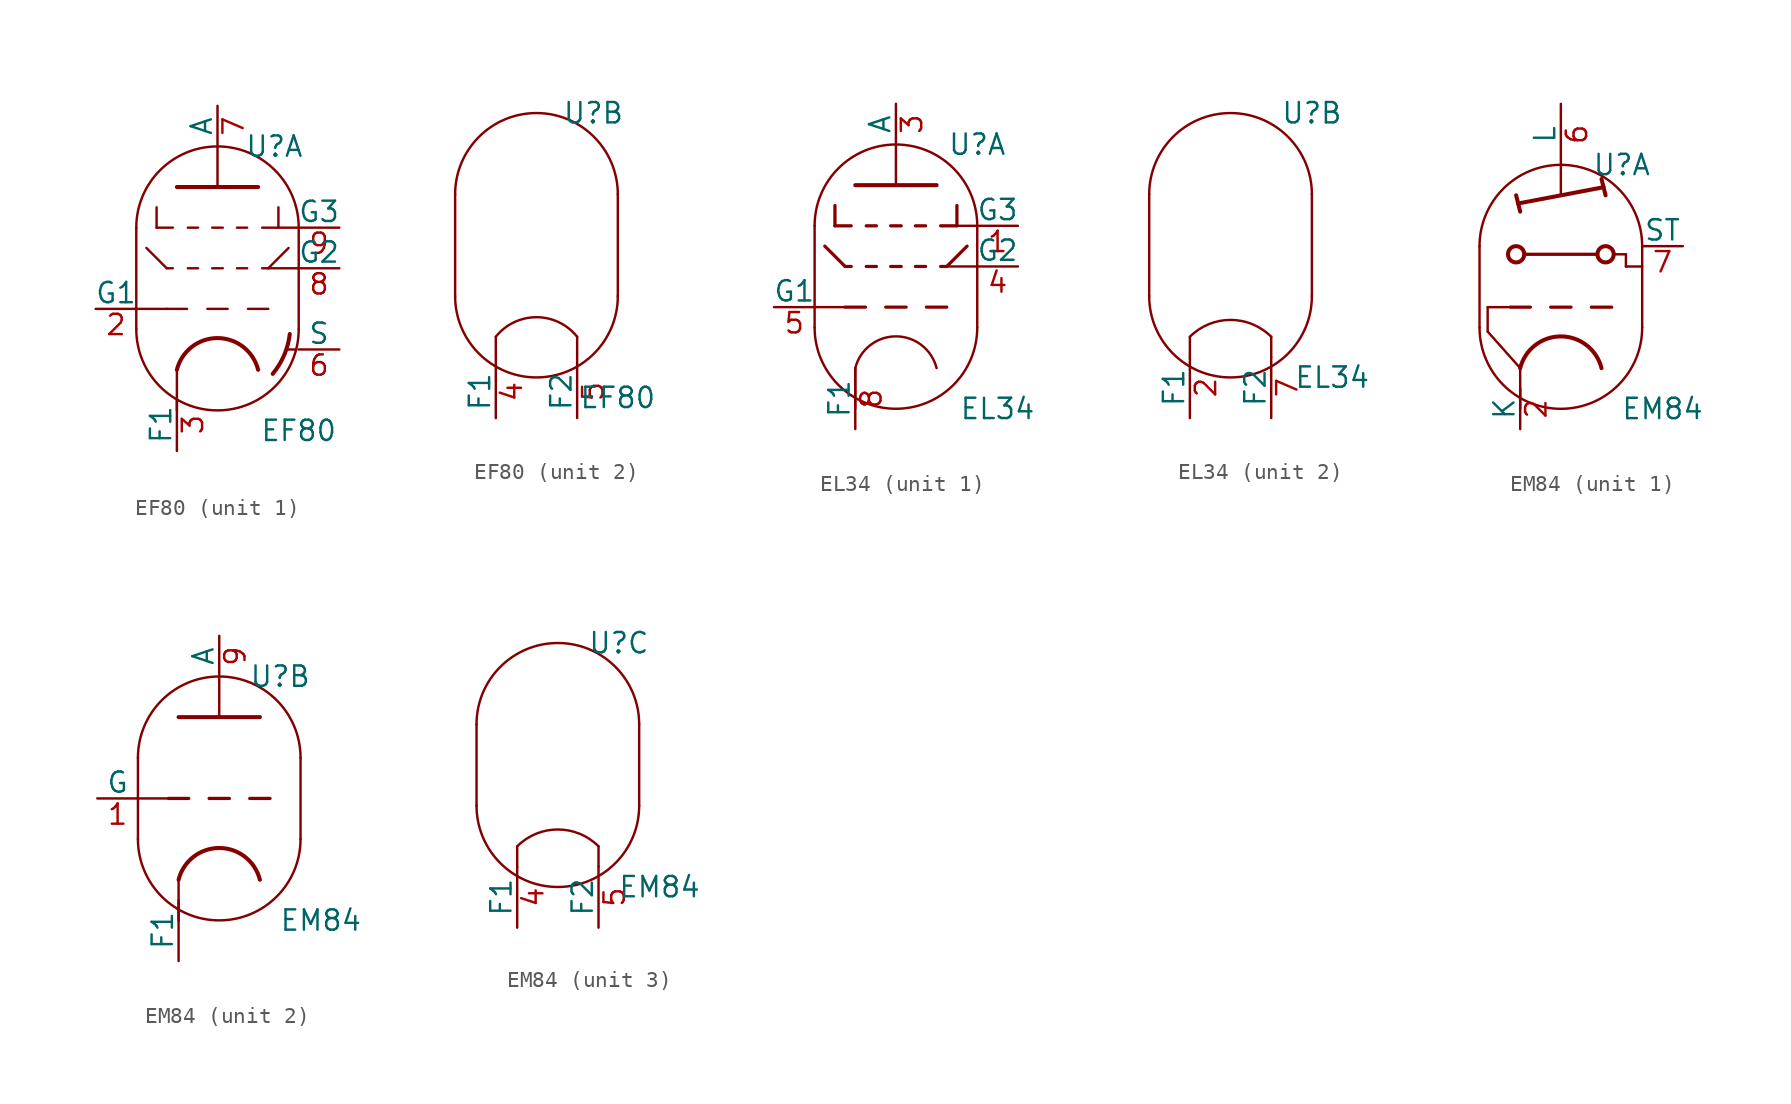
<source format=kicad_sym>
(kicad_symbol_lib
  (version 20241209)
  (generator "kicad_symbol_editor")
  (generator_version "9.0")
  (symbol "EF80"
    (pin_names
      (offset 0))
    (property "Reference" "U"
      (at 3.556 8.89 0)
      (effects (font (size 1.27 1.27))))
    (property "Value" "EF80"
      (at 5.08 -8.89 0)
      (effects (font (size 1.27 1.27))))
    (property "ki_locked" ""
      (at 0 0 0)
      (effects (font (size 1.27 1.27))))
    (symbol "EF80_0_1"
      (polyline (pts (xy -5.08 3.81) (xy -5.08 -2.54) (xy -5.08 -2.54)) (stroke (width 0) (type default)) (fill (type none)))
      (arc (start -5.08 3.81) (mid 0 8.8679) (end 5.08 3.81) (stroke (width 0) (type default)) (fill (type none)))
      (arc (start 5.08 -2.54) (mid 0 -7.5979) (end -5.08 -2.54) (stroke (width 0) (type default)) (fill (type none)))
      (polyline (pts (xy 5.08 -2.54) (xy 5.08 3.81) (xy 5.08 3.81)) (stroke (width 0) (type default)) (fill (type none))))
    (symbol "EF80_1_0"
      (polyline (pts (xy -5.08 -1.27) (xy -3.175 -1.27)) (stroke (width 0) (type default)) (fill (type none)))
      (polyline (pts (xy -2.54 -5.08) (xy -2.54 -7.62)) (stroke (width 0) (type default)) (fill (type none)))
      (polyline (pts (xy -0.635 -1.27) (xy 0.635 -1.27)) (stroke (width 0.152) (type default)) (fill (type none)))
      (polyline (pts (xy 0 6.35) (xy 0 8.89)) (stroke (width 0) (type default)) (fill (type none)))
      (polyline (pts (xy 1.905 -1.27) (xy 3.175 -1.27)) (stroke (width 0.152) (type default)) (fill (type none)))
      (polyline (pts (xy 3.175 1.27) (xy 5.08 1.27)) (stroke (width 0) (type default)) (fill (type none)))
      (polyline (pts (xy 3.886 3.81) (xy 5.08 3.81)) (stroke (width 0) (type default)) (fill (type none)))
      (polyline (pts (xy 4.318 -3.785) (xy 4.343 -3.81)) (stroke (width 0) (type default)) (fill (type none)))
      (polyline (pts (xy 4.928 -3.81) (xy 4.343 -3.81)) (stroke (width 0) (type default)) (fill (type none))))
    (symbol "EF80_1_1"
      (polyline (pts (xy -4.445 2.54) (xy -3.175 1.27)) (stroke (width 0.152) (type default)) (fill (type none)))
      (polyline (pts (xy -3.81 5.08) (xy -3.81 3.81)) (stroke (width 0.152) (type default)) (fill (type none)))
      (polyline (pts (xy -3.81 3.81) (xy -2.794 3.81)) (stroke (width 0.152) (type default)) (fill (type none)))
      (polyline (pts (xy -3.175 1.27) (xy -2.794 1.27)) (stroke (width 0.152) (type default)) (fill (type none)))
      (polyline (pts (xy -2.54 6.35) (xy 2.54 6.35) (xy 2.54 6.35)) (stroke (width 0.254) (type default)) (fill (type none)))
      (polyline (pts (xy -1.905 -1.27) (xy -3.175 -1.27)) (stroke (width 0.152) (type default)) (fill (type none)))
      (polyline (pts (xy -1.854 3.81) (xy -1.219 3.81)) (stroke (width 0.152) (type default)) (fill (type none)))
      (polyline (pts (xy -1.854 1.27) (xy -1.219 1.27)) (stroke (width 0.152) (type default)) (fill (type none)))
      (polyline (pts (xy -0.33 3.81) (xy 0.33 3.81)) (stroke (width 0.152) (type default)) (fill (type none)))
      (polyline (pts (xy -0.33 1.27) (xy 0.33 1.27)) (stroke (width 0.152) (type default)) (fill (type none)))
      (arc (start 4.5212 -2.8448) (mid 4.1685 -4.1668) (end 3.4544 -5.334) (stroke (width 0.254) (type default)) (fill (type none)))
      (arc (start -2.54 -5.08) (mid 0 -3.0968) (end 2.54 -5.08) (stroke (width 0.254) (type default)) (fill (type none)))
      (polyline (pts (xy 1.219 3.81) (xy 1.854 3.81)) (stroke (width 0.152) (type default)) (fill (type none)))
      (polyline (pts (xy 1.219 1.27) (xy 1.854 1.27)) (stroke (width 0.152) (type default)) (fill (type none)))
      (polyline (pts (xy 2.794 1.27) (xy 3.175 1.27)) (stroke (width 0.152) (type default)) (fill (type none)))
      (polyline (pts (xy 3.81 5.08) (xy 3.81 3.81)) (stroke (width 0.152) (type default)) (fill (type none)))
      (polyline (pts (xy 3.81 3.81) (xy 2.794 3.81)) (stroke (width 0.152) (type default)) (fill (type none)))
      (polyline (pts (xy 4.445 2.54) (xy 3.175 1.27)) (stroke (width 0.152) (type default)) (fill (type none)))
      (pin input line (at -7.62 -1.27 0) (length 2.54) (name "G1" (effects (font (size 1.27 1.27)))) (number "2" (effects (font (size 1.27 1.27)))))
      (pin power_in line (at -2.54 -10.16 90) (length 3.302) (name "F1" (effects (font (size 1.27 1.27)))) (number "3" (effects (font (size 1.27 1.27)))))
      (pin output line (at 0 11.43 270) (length 2.54) (name "A" (effects (font (size 1.27 1.27)))) (number "7" (effects (font (size 1.27 1.27)))))
      (pin input line (at 7.62 3.81 180) (length 2.54) (name "G3" (effects (font (size 1.27 1.27)))) (number "9" (effects (font (size 1.27 1.27)))))
      (pin input line (at 7.62 1.27 180) (length 2.54) (name "G2" (effects (font (size 1.27 1.27)))) (number "8" (effects (font (size 1.27 1.27)))))
      (pin input line (at 7.62 -3.81 180) (length 2.54) (name "S" (effects (font (size 1.27 1.27)))) (number "6" (effects (font (size 1.27 1.27))))))
    (symbol "EF80_2_1"
      (polyline (pts (xy -2.54 -6.858) (xy -2.54 -5.08) (xy -2.54 -5.08)) (stroke (width 0) (type default)) (fill (type none)))
      (arc (start -2.54 -5.08) (mid 0 -3.8592) (end 2.54 -5.08) (stroke (width 0) (type default)) (fill (type none)))
      (polyline (pts (xy 2.54 -6.858) (xy 2.54 -5.08) (xy 2.54 -5.08)) (stroke (width 0) (type default)) (fill (type none)))
      (pin power_in line (at -2.54 -10.16 90) (length 3.302) (name "F1" (effects (font (size 1.27 1.27)))) (number "4" (effects (font (size 1.27 1.27)))))
      (pin power_in line (at 2.54 -10.16 90) (length 3.302) (name "F2" (effects (font (size 1.27 1.27)))) (number "5" (effects (font (size 1.27 1.27)))))))
  (symbol "EL34"
    (pin_names
      (offset 0))
    (property "Reference" "U"
      (at 5.08 8.89 0)
      (effects (font (size 1.27 1.27))))
    (property "Value" "EL34"
      (at 6.35 -7.62 0)
      (effects (font (size 1.27 1.27))))
    (property "ki_locked" ""
      (at 0 0 0)
      (effects (font (size 1.27 1.27))))
    (symbol "EL34_0_1"
      (polyline (pts (xy -5.08 3.81) (xy -5.08 -2.54) (xy -5.08 -2.54)) (stroke (width 0) (type default)) (fill (type none)))
      (arc (start -5.08 3.81) (mid 0 8.8679) (end 5.08 3.81) (stroke (width 0) (type default)) (fill (type none)))
      (arc (start 5.08 -2.54) (mid 0 -7.5979) (end -5.08 -2.54) (stroke (width 0) (type default)) (fill (type none)))
      (polyline (pts (xy 5.08 3.81) (xy 5.08 -2.54) (xy 5.08 -2.54)) (stroke (width 0) (type default)) (fill (type none))))
    (symbol "EL34_1_0"
      (polyline (pts (xy -2.54 -5.08) (xy -2.54 -7.62)) (stroke (width 0) (type default)) (fill (type none))))
    (symbol "EL34_1_1"
      (polyline (pts (xy -5.08 -1.27) (xy -3.175 -1.27)) (stroke (width 0) (type default)) (fill (type none)))
      (polyline (pts (xy -4.445 2.54) (xy -3.175 1.27)) (stroke (width 0.203) (type default)) (fill (type none)))
      (polyline (pts (xy -3.81 5.08) (xy -3.81 3.81)) (stroke (width 0.203) (type default)) (fill (type none)))
      (polyline (pts (xy -3.81 3.81) (xy -2.794 3.81)) (stroke (width 0.203) (type default)) (fill (type none)))
      (polyline (pts (xy -3.175 1.27) (xy -2.794 1.27)) (stroke (width 0.203) (type default)) (fill (type none)))
      (polyline (pts (xy -2.54 6.35) (xy 2.54 6.35) (xy 2.54 6.35) (xy 2.54 6.35)) (stroke (width 0.254) (type default)) (fill (type none)))
      (polyline (pts (xy -1.905 -1.27) (xy -3.175 -1.27)) (stroke (width 0.203) (type default)) (fill (type none)))
      (polyline (pts (xy -1.854 3.81) (xy -1.219 3.81)) (stroke (width 0.203) (type default)) (fill (type none)))
      (polyline (pts (xy -1.854 1.27) (xy -1.219 1.27)) (stroke (width 0.203) (type default)) (fill (type none)))
      (polyline (pts (xy -0.635 -1.27) (xy 0.635 -1.27)) (stroke (width 0.203) (type default)) (fill (type none)))
      (polyline (pts (xy -0.33 3.81) (xy 0.33 3.81)) (stroke (width 0.203) (type default)) (fill (type none)))
      (polyline (pts (xy -0.33 1.27) (xy 0.33 1.27)) (stroke (width 0.203) (type default)) (fill (type none)))
      (polyline (pts (xy 0 6.35) (xy 0 8.89)) (stroke (width 0) (type default)) (fill (type none)))
      (arc (start -2.54 -5.08) (mid 0 -3.0968) (end 2.54 -5.08) (stroke (width 0) (type default)) (fill (type none)))
      (polyline (pts (xy 1.219 3.81) (xy 1.854 3.81)) (stroke (width 0.203) (type default)) (fill (type none)))
      (polyline (pts (xy 1.219 1.27) (xy 1.854 1.27)) (stroke (width 0.203) (type default)) (fill (type none)))
      (polyline (pts (xy 1.905 -1.27) (xy 3.175 -1.27)) (stroke (width 0.203) (type default)) (fill (type none)))
      (polyline (pts (xy 2.794 1.27) (xy 3.175 1.27)) (stroke (width 0.203) (type default)) (fill (type none)))
      (polyline (pts (xy 3.175 1.27) (xy 5.08 1.27)) (stroke (width 0) (type default)) (fill (type none)))
      (polyline (pts (xy 3.81 5.08) (xy 3.81 3.81)) (stroke (width 0.203) (type default)) (fill (type none)))
      (polyline (pts (xy 3.81 3.81) (xy 2.794 3.81)) (stroke (width 0.203) (type default)) (fill (type none)))
      (polyline (pts (xy 3.886 3.81) (xy 5.08 3.81)) (stroke (width 0) (type default)) (fill (type none)))
      (polyline (pts (xy 4.445 2.54) (xy 3.175 1.27)) (stroke (width 0.203) (type default)) (fill (type none)))
      (pin input line (at -7.62 -1.27 0) (length 2.54) (name "G1" (effects (font (size 1.27 1.27)))) (number "5" (effects (font (size 1.27 1.27)))))
      (pin power_in line (at -2.54 -8.89 90) (length 3.81) (name "F1" (effects (font (size 1.27 1.27)))) (number "8" (effects (font (size 1.27 1.27)))))
      (pin output line (at 0 11.43 270) (length 2.54) (name "A" (effects (font (size 1.27 1.27)))) (number "3" (effects (font (size 1.27 1.27)))))
      (pin input line (at 7.62 3.81 180) (length 2.54) (name "G3" (effects (font (size 1.27 1.27)))) (number "1" (effects (font (size 1.27 1.27)))))
      (pin input line (at 7.62 1.27 180) (length 2.54) (name "G2" (effects (font (size 1.27 1.27)))) (number "4" (effects (font (size 1.27 1.27))))))
    (symbol "EL34_2_1"
      (polyline (pts (xy -2.54 -6.35) (xy -2.54 -5.08) (xy -2.54 -5.08)) (stroke (width 0) (type default)) (fill (type none)))
      (arc (start -2.54 -5.08) (mid 0 -4.0279) (end 2.54 -5.08) (stroke (width 0) (type default)) (fill (type none)))
      (polyline (pts (xy 2.54 -6.35) (xy 2.54 -5.08) (xy 2.54 -5.08)) (stroke (width 0) (type default)) (fill (type none)))
      (pin power_in line (at -2.54 -10.16 90) (length 3.81) (name "F1" (effects (font (size 1.27 1.27)))) (number "2" (effects (font (size 1.27 1.27)))))
      (pin power_in line (at 2.54 -10.16 90) (length 3.81) (name "F2" (effects (font (size 1.27 1.27)))) (number "7" (effects (font (size 1.27 1.27)))))))
  (symbol "EM84"
    (pin_names
      (offset 0))
    (property "Reference" "U"
      (at 3.81 7.62 0)
      (effects (font (size 1.27 1.27))))
    (property "Value" "EM84"
      (at 6.35 -7.62 0)
      (effects (font (size 1.27 1.27))))
    (property "ki_locked" ""
      (at 0 0 0)
      (effects (font (size 1.27 1.27))))
    (symbol "EM84_0_1"
      (polyline (pts (xy -5.08 2.54) (xy -5.08 -2.54) (xy -5.08 -2.54)) (stroke (width 0) (type default)) (fill (type none)))
      (arc (start -5.08 2.54) (mid 0 7.5979) (end 5.08 2.54) (stroke (width 0) (type default)) (fill (type none)))
      (arc (start 5.08 -2.54) (mid 0 -7.5979) (end -5.08 -2.54) (stroke (width 0) (type default)) (fill (type none)))
      (polyline (pts (xy 5.08 2.54) (xy 5.08 -2.54)) (stroke (width 0) (type default)) (fill (type none))))
    (symbol "EM84_1_0"
      (polyline (pts (xy -2.54 -5.08) (xy -2.54 -7.62)) (stroke (width 0) (type default)) (fill (type none))))
    (symbol "EM84_1_1"
      (polyline (pts (xy -4.572 -1.27) (xy -4.572 -2.794)) (stroke (width 0) (type default)) (fill (type none)))
      (polyline (pts (xy -4.572 -2.794) (xy -2.54 -5.08)) (stroke (width 0) (type default)) (fill (type none)))
      (polyline (pts (xy -3.302 -1.27) (xy -4.572 -1.27)) (stroke (width 0) (type default)) (fill (type none)))
      (polyline (pts (xy -2.794 5.715) (xy -2.54 4.699)) (stroke (width 0.254) (type default)) (fill (type none)))
      (circle (center -2.794 2.032) (radius 0.508) (stroke (width 0.254) (type default)) (fill (type none)))
      (polyline (pts (xy -2.667 5.207) (xy 2.667 6.223) (xy 2.667 6.223)) (stroke (width 0.254) (type default)) (fill (type none)))
      (polyline (pts (xy -2.286 2.032) (xy 2.286 2.032)) (stroke (width 0.203) (type default)) (fill (type none)))
      (polyline (pts (xy -1.905 -1.27) (xy -3.175 -1.27)) (stroke (width 0.203) (type default)) (fill (type none)))
      (polyline (pts (xy -0.635 -1.27) (xy 0.635 -1.27)) (stroke (width 0.203) (type default)) (fill (type none)))
      (polyline (pts (xy 0 7.62) (xy 0 5.715) (xy 0 5.715)) (stroke (width 0) (type default)) (fill (type none)))
      (arc (start -2.54 -5.08) (mid 0 -3.0968) (end 2.54 -5.08) (stroke (width 0.254) (type default)) (fill (type none)))
      (polyline (pts (xy 1.905 -1.27) (xy 3.175 -1.27)) (stroke (width 0.203) (type default)) (fill (type none)))
      (polyline (pts (xy 2.54 6.731) (xy 2.794 5.715)) (stroke (width 0.254) (type default)) (fill (type none)))
      (circle (center 2.794 2.032) (radius 0.508) (stroke (width 0.254) (type default)) (fill (type none)))
      (polyline (pts (xy 3.302 2.032) (xy 4.064 2.032)) (stroke (width 0) (type default)) (fill (type none)))
      (polyline (pts (xy 4.064 2.032) (xy 4.064 1.27)) (stroke (width 0) (type default)) (fill (type none)))
      (polyline (pts (xy 4.064 1.27) (xy 5.08 1.27)) (stroke (width 0) (type default)) (fill (type none)))
      (pin bidirectional line (at -2.54 -8.89 90) (length 2.54) (name "K" (effects (font (size 1.27 1.27)))) (number "2" (effects (font (size 1.27 1.27)))))
      (pin output line (at 0 11.43 270) (length 3.81) (name "L" (effects (font (size 1.27 1.27)))) (number "6" (effects (font (size 1.27 1.27)))))
      (pin input line (at 7.62 2.54 180) (length 2.54) (name "ST" (effects (font (size 1.27 1.27)))) (number "7" (effects (font (size 1.27 1.27))))))
    (symbol "EM84_2_0"
      (polyline (pts (xy -2.54 -5.08) (xy -2.54 -7.62)) (stroke (width 0) (type default)) (fill (type none)))
      (polyline (pts (xy -0.635 0) (xy 0.635 0)) (stroke (width 0.203) (type default)) (fill (type none)))
      (polyline (pts (xy 1.905 0) (xy 3.175 0)) (stroke (width 0.203) (type default)) (fill (type none))))
    (symbol "EM84_2_1"
      (polyline (pts (xy -5.08 0) (xy -3.175 0)) (stroke (width 0) (type default)) (fill (type none)))
      (polyline (pts (xy -2.54 5.08) (xy 2.54 5.08) (xy 2.54 5.08)) (stroke (width 0.254) (type default)) (fill (type none)))
      (polyline (pts (xy -1.905 0) (xy -3.175 0)) (stroke (width 0.203) (type default)) (fill (type none)))
      (polyline (pts (xy 0 5.08) (xy 0 7.62)) (stroke (width 0) (type default)) (fill (type none)))
      (arc (start -2.54 -5.08) (mid 0 -3.0968) (end 2.54 -5.08) (stroke (width 0.254) (type default)) (fill (type none)))
      (polyline (pts (xy 1.778 5.08) (xy 1.778 5.08)) (stroke (width 0) (type default)) (fill (type none)))
      (pin input line (at -7.62 0 0) (length 2.54) (name "G" (effects (font (size 1.27 1.27)))) (number "1" (effects (font (size 1.27 1.27)))))
      (pin power_in line (at -2.54 -10.16 90) (length 3.81) (name "F1" (effects (font (size 1.27 1.27)))) (number "~" (effects (font (size 1.27 1.27)))))
      (pin output line (at 0 10.16 270) (length 2.54) (name "A" (effects (font (size 1.27 1.27)))) (number "9" (effects (font (size 1.27 1.27))))))
    (symbol "EM84_3_1"
      (polyline (pts (xy -2.54 -5.08) (xy -2.54 -6.35) (xy -2.54 -6.35)) (stroke (width 0) (type default)) (fill (type none)))
      (arc (start -2.54 -5.08) (mid 0 -4.0279) (end 2.54 -5.08) (stroke (width 0) (type default)) (fill (type none)))
      (polyline (pts (xy 2.54 -5.08) (xy 2.54 -6.35) (xy 2.54 -6.35)) (stroke (width 0) (type default)) (fill (type none)))
      (pin power_in line (at -2.54 -10.16 90) (length 3.81) (name "F1" (effects (font (size 1.27 1.27)))) (number "4" (effects (font (size 1.27 1.27)))))
      (pin power_in line (at 2.54 -10.16 90) (length 3.81) (name "F2" (effects (font (size 1.27 1.27)))) (number "5" (effects (font (size 1.27 1.27))))))))
</source>
